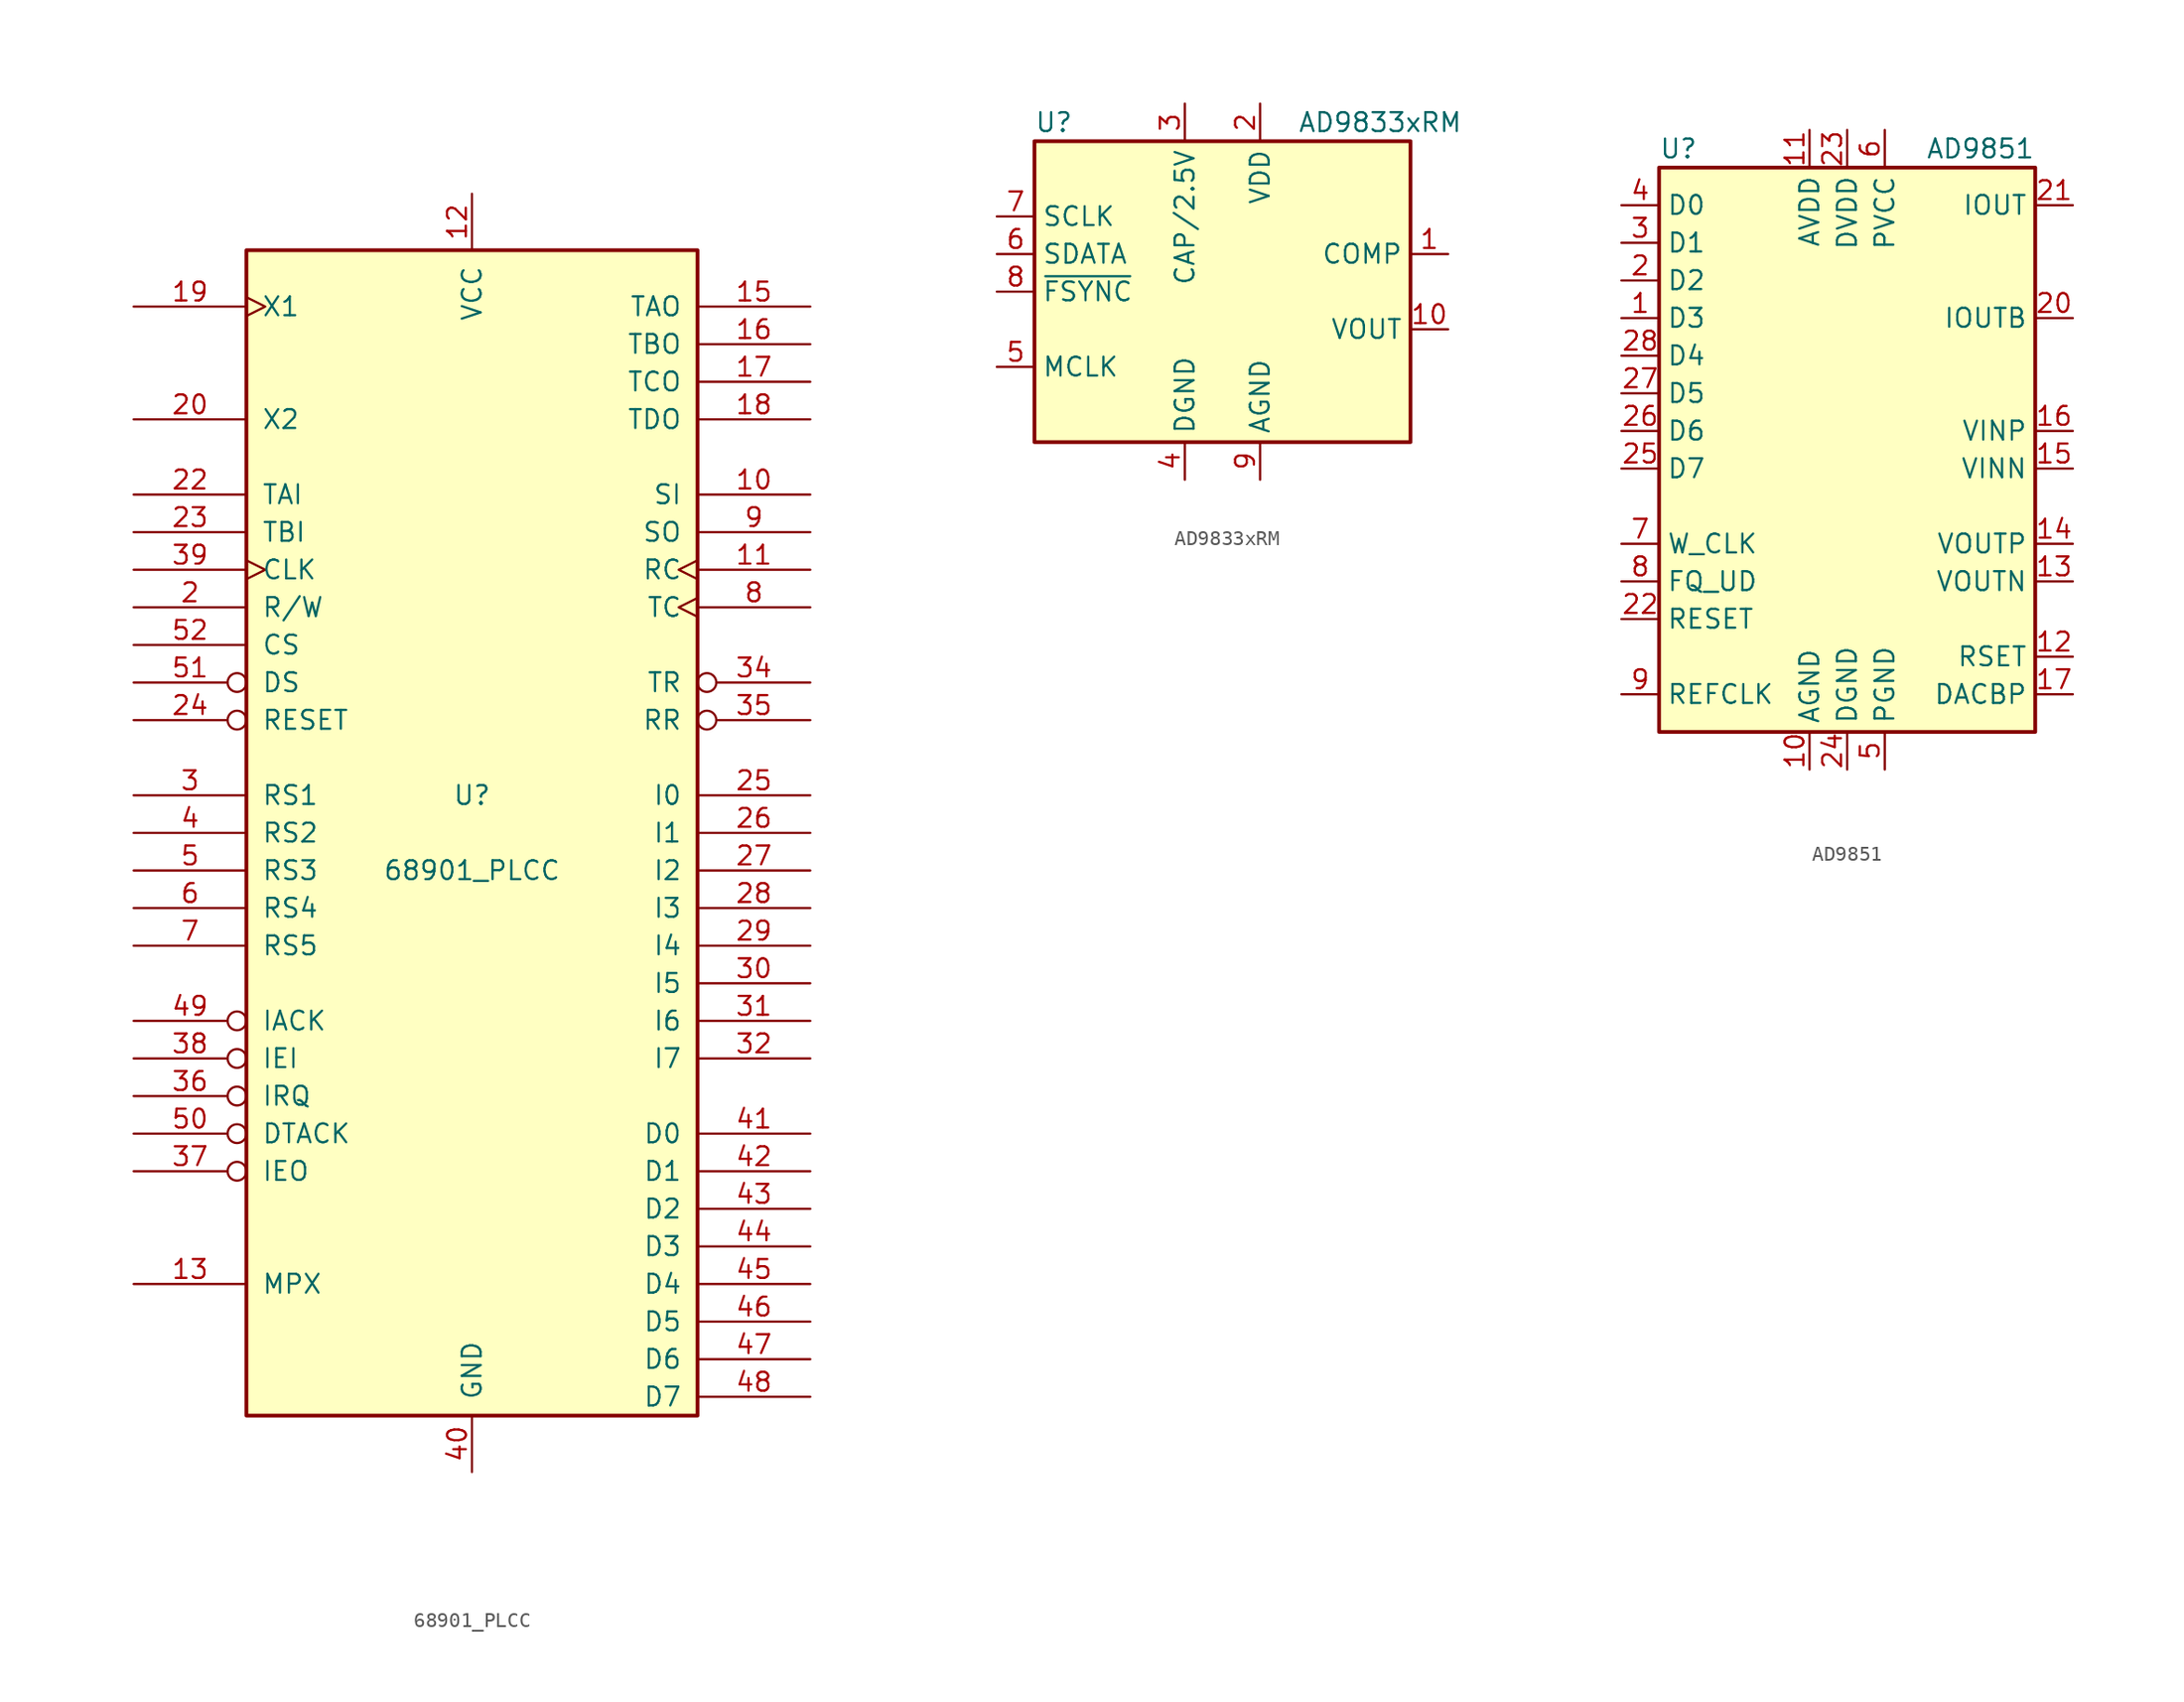
<source format=kicad_sym>
(kicad_symbol_lib
  (version 20241209)
  (generator "kicad_symbol_editor")
  (generator_version "9.0")
  (symbol "68901_PLCC"
    (pin_names
      (offset 1.016))
    (property "Reference" "U"
      (at 0 2.54 0)
      (effects (font (size 1.27 1.27))))
    (property "Value" "68901_PLCC"
      (at 0 -2.54 0)
      (effects (font (size 1.27 1.27))))
    (symbol "68901_PLCC_0_1"
      (rectangle (start -15.24 -39.37) (end 15.24 39.37) (stroke (width 0.254) (type default)) (fill (type background))))
    (symbol "68901_PLCC_1_1"
      (pin input clock (at -22.86 35.56 0) (length 7.62) (name "X1" (effects (font (size 1.27 1.27)))) (number "19" (effects (font (size 1.27 1.27)))))
      (pin input line (at -22.86 27.94 0) (length 7.62) (name "X2" (effects (font (size 1.27 1.27)))) (number "20" (effects (font (size 1.27 1.27)))))
      (pin input line (at -22.86 22.86 0) (length 7.62) (name "TAI" (effects (font (size 1.27 1.27)))) (number "22" (effects (font (size 1.27 1.27)))))
      (pin input line (at -22.86 20.32 0) (length 7.62) (name "TBI" (effects (font (size 1.27 1.27)))) (number "23" (effects (font (size 1.27 1.27)))))
      (pin input clock (at -22.86 17.78 0) (length 7.62) (name "CLK" (effects (font (size 1.27 1.27)))) (number "39" (effects (font (size 1.27 1.27)))))
      (pin input line (at -22.86 15.24 0) (length 7.62) (name "R/W" (effects (font (size 1.27 1.27)))) (number "2" (effects (font (size 1.27 1.27)))))
      (pin input line (at -22.86 12.7 0) (length 7.62) (name "CS" (effects (font (size 1.27 1.27)))) (number "52" (effects (font (size 1.27 1.27)))))
      (pin input inverted (at -22.86 10.16 0) (length 7.62) (name "DS" (effects (font (size 1.27 1.27)))) (number "51" (effects (font (size 1.27 1.27)))))
      (pin input inverted (at -22.86 7.62 0) (length 7.62) (name "RESET" (effects (font (size 1.27 1.27)))) (number "24" (effects (font (size 1.27 1.27)))))
      (pin input line (at -22.86 2.54 0) (length 7.62) (name "RS1" (effects (font (size 1.27 1.27)))) (number "3" (effects (font (size 1.27 1.27)))))
      (pin input line (at -22.86 0 0) (length 7.62) (name "RS2" (effects (font (size 1.27 1.27)))) (number "4" (effects (font (size 1.27 1.27)))))
      (pin input line (at -22.86 -2.54 0) (length 7.62) (name "RS3" (effects (font (size 1.27 1.27)))) (number "5" (effects (font (size 1.27 1.27)))))
      (pin input line (at -22.86 -5.08 0) (length 7.62) (name "RS4" (effects (font (size 1.27 1.27)))) (number "6" (effects (font (size 1.27 1.27)))))
      (pin input line (at -22.86 -7.62 0) (length 7.62) (name "RS5" (effects (font (size 1.27 1.27)))) (number "7" (effects (font (size 1.27 1.27)))))
      (pin input inverted (at -22.86 -12.7 0) (length 7.62) (name "IACK" (effects (font (size 1.27 1.27)))) (number "49" (effects (font (size 1.27 1.27)))))
      (pin input inverted (at -22.86 -15.24 0) (length 7.62) (name "IEI" (effects (font (size 1.27 1.27)))) (number "38" (effects (font (size 1.27 1.27)))))
      (pin output inverted (at -22.86 -17.78 0) (length 7.62) (name "IRQ" (effects (font (size 1.27 1.27)))) (number "36" (effects (font (size 1.27 1.27)))))
      (pin output inverted (at -22.86 -20.32 0) (length 7.62) (name "DTACK" (effects (font (size 1.27 1.27)))) (number "50" (effects (font (size 1.27 1.27)))))
      (pin output inverted (at -22.86 -22.86 0) (length 7.62) (name "IEO" (effects (font (size 1.27 1.27)))) (number "37" (effects (font (size 1.27 1.27)))))
      (pin input line (at -22.86 -30.48 0) (length 7.62) (name "MPX" (effects (font (size 1.27 1.27)))) (number "13" (effects (font (size 1.27 1.27)))))
      (pin power_in line (at 0 43.18 270) (length 3.81) (name "VCC" (effects (font (size 1.27 1.27)))) (number "12" (effects (font (size 1.27 1.27)))))
      (pin power_in line (at 0 -43.18 90) (length 3.81) (name "GND" (effects (font (size 1.27 1.27)))) (number "40" (effects (font (size 1.27 1.27)))))
      (pin output line (at 22.86 35.56 180) (length 7.62) (name "TAO" (effects (font (size 1.27 1.27)))) (number "15" (effects (font (size 1.27 1.27)))))
      (pin output line (at 22.86 33.02 180) (length 7.62) (name "TBO" (effects (font (size 1.27 1.27)))) (number "16" (effects (font (size 1.27 1.27)))))
      (pin output line (at 22.86 30.48 180) (length 7.62) (name "TCO" (effects (font (size 1.27 1.27)))) (number "17" (effects (font (size 1.27 1.27)))))
      (pin output line (at 22.86 27.94 180) (length 7.62) (name "TDO" (effects (font (size 1.27 1.27)))) (number "18" (effects (font (size 1.27 1.27)))))
      (pin input line (at 22.86 22.86 180) (length 7.62) (name "SI" (effects (font (size 1.27 1.27)))) (number "10" (effects (font (size 1.27 1.27)))))
      (pin output line (at 22.86 20.32 180) (length 7.62) (name "SO" (effects (font (size 1.27 1.27)))) (number "9" (effects (font (size 1.27 1.27)))))
      (pin input clock (at 22.86 17.78 180) (length 7.62) (name "RC" (effects (font (size 1.27 1.27)))) (number "11" (effects (font (size 1.27 1.27)))))
      (pin input clock (at 22.86 15.24 180) (length 7.62) (name "TC" (effects (font (size 1.27 1.27)))) (number "8" (effects (font (size 1.27 1.27)))))
      (pin output inverted (at 22.86 10.16 180) (length 7.62) (name "TR" (effects (font (size 1.27 1.27)))) (number "34" (effects (font (size 1.27 1.27)))))
      (pin output inverted (at 22.86 7.62 180) (length 7.62) (name "RR" (effects (font (size 1.27 1.27)))) (number "35" (effects (font (size 1.27 1.27)))))
      (pin input line (at 22.86 2.54 180) (length 7.62) (name "I0" (effects (font (size 1.27 1.27)))) (number "25" (effects (font (size 1.27 1.27)))))
      (pin input line (at 22.86 0 180) (length 7.62) (name "I1" (effects (font (size 1.27 1.27)))) (number "26" (effects (font (size 1.27 1.27)))))
      (pin input line (at 22.86 -2.54 180) (length 7.62) (name "I2" (effects (font (size 1.27 1.27)))) (number "27" (effects (font (size 1.27 1.27)))))
      (pin input line (at 22.86 -5.08 180) (length 7.62) (name "I3" (effects (font (size 1.27 1.27)))) (number "28" (effects (font (size 1.27 1.27)))))
      (pin input line (at 22.86 -7.62 180) (length 7.62) (name "I4" (effects (font (size 1.27 1.27)))) (number "29" (effects (font (size 1.27 1.27)))))
      (pin input line (at 22.86 -10.16 180) (length 7.62) (name "I5" (effects (font (size 1.27 1.27)))) (number "30" (effects (font (size 1.27 1.27)))))
      (pin input line (at 22.86 -12.7 180) (length 7.62) (name "I6" (effects (font (size 1.27 1.27)))) (number "31" (effects (font (size 1.27 1.27)))))
      (pin input line (at 22.86 -15.24 180) (length 7.62) (name "I7" (effects (font (size 1.27 1.27)))) (number "32" (effects (font (size 1.27 1.27)))))
      (pin input line (at 22.86 -20.32 180) (length 7.62) (name "D0" (effects (font (size 1.27 1.27)))) (number "41" (effects (font (size 1.27 1.27)))))
      (pin input line (at 22.86 -22.86 180) (length 7.62) (name "D1" (effects (font (size 1.27 1.27)))) (number "42" (effects (font (size 1.27 1.27)))))
      (pin input line (at 22.86 -25.4 180) (length 7.62) (name "D2" (effects (font (size 1.27 1.27)))) (number "43" (effects (font (size 1.27 1.27)))))
      (pin input line (at 22.86 -27.94 180) (length 7.62) (name "D3" (effects (font (size 1.27 1.27)))) (number "44" (effects (font (size 1.27 1.27)))))
      (pin input line (at 22.86 -30.48 180) (length 7.62) (name "D4" (effects (font (size 1.27 1.27)))) (number "45" (effects (font (size 1.27 1.27)))))
      (pin input line (at 22.86 -33.02 180) (length 7.62) (name "D5" (effects (font (size 1.27 1.27)))) (number "46" (effects (font (size 1.27 1.27)))))
      (pin input line (at 22.86 -35.56 180) (length 7.62) (name "D6" (effects (font (size 1.27 1.27)))) (number "47" (effects (font (size 1.27 1.27)))))
      (pin input line (at 22.86 -38.1 180) (length 7.62) (name "D7" (effects (font (size 1.27 1.27)))) (number "48" (effects (font (size 1.27 1.27)))))))
  (symbol "AD9833xRM"
    (property "Reference" "U"
      (at -12.7 11.43 0)
      (effects (font (size 1.27 1.27)) (justify left)))
    (property "Value" "AD9833xRM"
      (at 5.08 11.43 0)
      (effects (font (size 1.27 1.27)) (justify left)))
    (symbol "AD9833xRM_0_1"
      (rectangle (start -12.7 10.16) (end 12.7 -10.16) (stroke (width 0.254) (type default)) (fill (type background))))
    (symbol "AD9833xRM_1_1"
      (pin input line (at -15.24 5.08 0) (length 2.54) (name "SCLK" (effects (font (size 1.27 1.27)))) (number "7" (effects (font (size 1.27 1.27)))))
      (pin input line (at -15.24 2.54 0) (length 2.54) (name "SDATA" (effects (font (size 1.27 1.27)))) (number "6" (effects (font (size 1.27 1.27)))))
      (pin input line (at -15.24 0 0) (length 2.54) (name "~{FSYNC}" (effects (font (size 1.27 1.27)))) (number "8" (effects (font (size 1.27 1.27)))))
      (pin input line (at -15.24 -5.08 0) (length 2.54) (name "MCLK" (effects (font (size 1.27 1.27)))) (number "5" (effects (font (size 1.27 1.27)))))
      (pin power_in line (at -2.54 12.7 270) (length 2.54) (name "CAP/2.5V" (effects (font (size 1.27 1.27)))) (number "3" (effects (font (size 1.27 1.27)))))
      (pin power_in line (at -2.54 -12.7 90) (length 2.54) (name "DGND" (effects (font (size 1.27 1.27)))) (number "4" (effects (font (size 1.27 1.27)))))
      (pin power_in line (at 2.54 12.7 270) (length 2.54) (name "VDD" (effects (font (size 1.27 1.27)))) (number "2" (effects (font (size 1.27 1.27)))))
      (pin power_in line (at 2.54 -12.7 90) (length 2.54) (name "AGND" (effects (font (size 1.27 1.27)))) (number "9" (effects (font (size 1.27 1.27)))))
      (pin passive line (at 15.24 2.54 180) (length 2.54) (name "COMP" (effects (font (size 1.27 1.27)))) (number "1" (effects (font (size 1.27 1.27)))))
      (pin output line (at 15.24 -2.54 180) (length 2.54) (name "VOUT" (effects (font (size 1.27 1.27)))) (number "10" (effects (font (size 1.27 1.27)))))))
  (symbol "AD9851"
    (property "Reference" "U"
      (at -12.7 19.05 0)
      (effects (font (size 1.27 1.27)) (justify left)))
    (property "Value" "AD9851"
      (at 12.7 19.05 0)
      (effects (font (size 1.27 1.27)) (justify right)))
    (symbol "AD9851_0_1"
      (rectangle (start -12.7 17.78) (end 12.7 -20.32) (stroke (width 0.254) (type default)) (fill (type background))))
    (symbol "AD9851_1_1"
      (pin input line (at -15.24 15.24 0) (length 2.54) (name "D0" (effects (font (size 1.27 1.27)))) (number "4" (effects (font (size 1.27 1.27)))))
      (pin input line (at -15.24 12.7 0) (length 2.54) (name "D1" (effects (font (size 1.27 1.27)))) (number "3" (effects (font (size 1.27 1.27)))))
      (pin input line (at -15.24 10.16 0) (length 2.54) (name "D2" (effects (font (size 1.27 1.27)))) (number "2" (effects (font (size 1.27 1.27)))))
      (pin input line (at -15.24 7.62 0) (length 2.54) (name "D3" (effects (font (size 1.27 1.27)))) (number "1" (effects (font (size 1.27 1.27)))))
      (pin input line (at -15.24 5.08 0) (length 2.54) (name "D4" (effects (font (size 1.27 1.27)))) (number "28" (effects (font (size 1.27 1.27)))))
      (pin input line (at -15.24 2.54 0) (length 2.54) (name "D5" (effects (font (size 1.27 1.27)))) (number "27" (effects (font (size 1.27 1.27)))))
      (pin input line (at -15.24 0 0) (length 2.54) (name "D6" (effects (font (size 1.27 1.27)))) (number "26" (effects (font (size 1.27 1.27)))))
      (pin input line (at -15.24 -2.54 0) (length 2.54) (name "D7" (effects (font (size 1.27 1.27)))) (number "25" (effects (font (size 1.27 1.27)))))
      (pin input line (at -15.24 -7.62 0) (length 2.54) (name "W_CLK" (effects (font (size 1.27 1.27)))) (number "7" (effects (font (size 1.27 1.27)))))
      (pin input line (at -15.24 -10.16 0) (length 2.54) (name "FQ_UD" (effects (font (size 1.27 1.27)))) (number "8" (effects (font (size 1.27 1.27)))))
      (pin input line (at -15.24 -12.7 0) (length 2.54) (name "RESET" (effects (font (size 1.27 1.27)))) (number "22" (effects (font (size 1.27 1.27)))))
      (pin input line (at -15.24 -17.78 0) (length 2.54) (name "REFCLK" (effects (font (size 1.27 1.27)))) (number "9" (effects (font (size 1.27 1.27)))))
      (pin power_in line (at -2.54 20.32 270) (length 2.54) (name "AVDD" (effects (font (size 1.27 1.27)))) (number "11" (effects (font (size 1.27 1.27)))))
      (pin passive line (at -2.54 20.32 270) (length 2.54) (hide yes) (name "AVDD" (effects (font (size 1.27 1.27)))) (number "18" (effects (font (size 1.27 1.27)))))
      (pin power_in line (at -2.54 -22.86 90) (length 2.54) (name "AGND" (effects (font (size 1.27 1.27)))) (number "10" (effects (font (size 1.27 1.27)))))
      (pin passive line (at -2.54 -22.86 90) (length 2.54) (hide yes) (name "AGND" (effects (font (size 1.27 1.27)))) (number "19" (effects (font (size 1.27 1.27)))))
      (pin power_in line (at 0 20.32 270) (length 2.54) (name "DVDD" (effects (font (size 1.27 1.27)))) (number "23" (effects (font (size 1.27 1.27)))))
      (pin power_in line (at 0 -22.86 90) (length 2.54) (name "DGND" (effects (font (size 1.27 1.27)))) (number "24" (effects (font (size 1.27 1.27)))))
      (pin power_in line (at 2.54 20.32 270) (length 2.54) (name "PVCC" (effects (font (size 1.27 1.27)))) (number "6" (effects (font (size 1.27 1.27)))))
      (pin power_in line (at 2.54 -22.86 90) (length 2.54) (name "PGND" (effects (font (size 1.27 1.27)))) (number "5" (effects (font (size 1.27 1.27)))))
      (pin output line (at 15.24 15.24 180) (length 2.54) (name "IOUT" (effects (font (size 1.27 1.27)))) (number "21" (effects (font (size 1.27 1.27)))))
      (pin output line (at 15.24 7.62 180) (length 2.54) (name "IOUTB" (effects (font (size 1.27 1.27)))) (number "20" (effects (font (size 1.27 1.27)))))
      (pin input line (at 15.24 0 180) (length 2.54) (name "VINP" (effects (font (size 1.27 1.27)))) (number "16" (effects (font (size 1.27 1.27)))))
      (pin input line (at 15.24 -2.54 180) (length 2.54) (name "VINN" (effects (font (size 1.27 1.27)))) (number "15" (effects (font (size 1.27 1.27)))))
      (pin output line (at 15.24 -7.62 180) (length 2.54) (name "VOUTP" (effects (font (size 1.27 1.27)))) (number "14" (effects (font (size 1.27 1.27)))))
      (pin output line (at 15.24 -10.16 180) (length 2.54) (name "VOUTN" (effects (font (size 1.27 1.27)))) (number "13" (effects (font (size 1.27 1.27)))))
      (pin passive line (at 15.24 -15.24 180) (length 2.54) (name "RSET" (effects (font (size 1.27 1.27)))) (number "12" (effects (font (size 1.27 1.27)))))
      (pin passive line (at 15.24 -17.78 180) (length 2.54) (name "DACBP" (effects (font (size 1.27 1.27)))) (number "17" (effects (font (size 1.27 1.27))))))))
</source>
